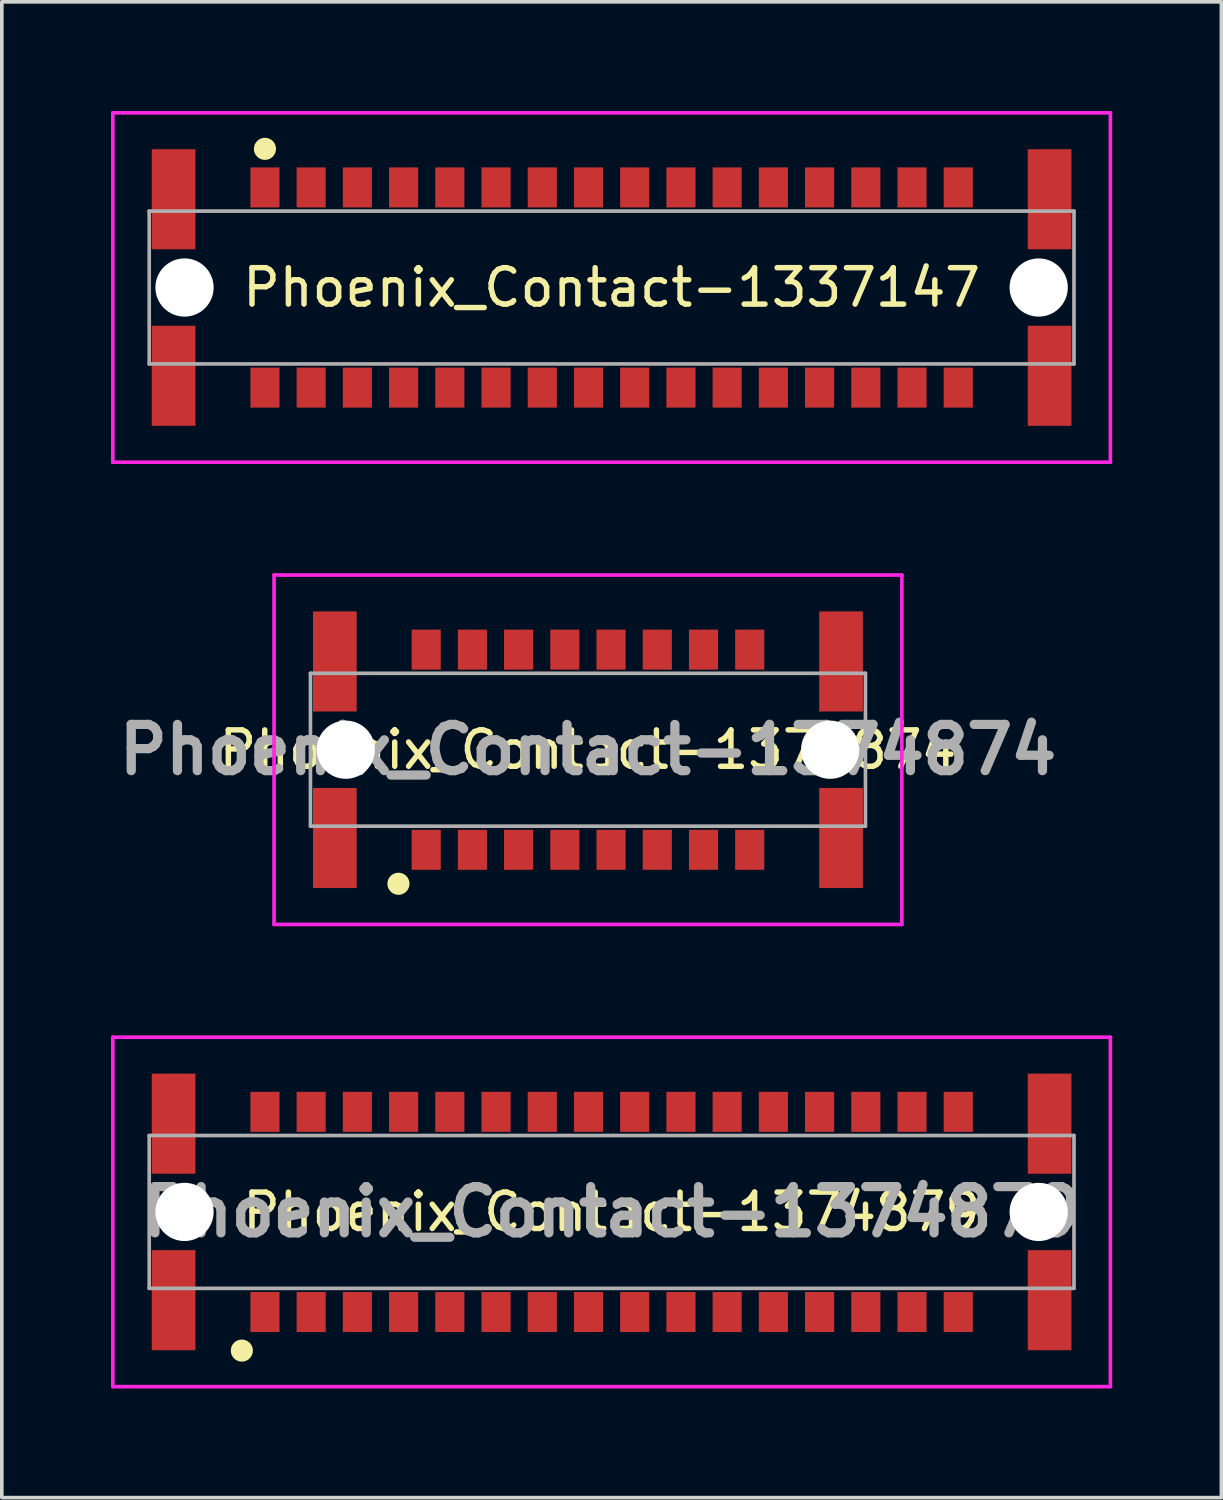
<source format=kicad_pcb>
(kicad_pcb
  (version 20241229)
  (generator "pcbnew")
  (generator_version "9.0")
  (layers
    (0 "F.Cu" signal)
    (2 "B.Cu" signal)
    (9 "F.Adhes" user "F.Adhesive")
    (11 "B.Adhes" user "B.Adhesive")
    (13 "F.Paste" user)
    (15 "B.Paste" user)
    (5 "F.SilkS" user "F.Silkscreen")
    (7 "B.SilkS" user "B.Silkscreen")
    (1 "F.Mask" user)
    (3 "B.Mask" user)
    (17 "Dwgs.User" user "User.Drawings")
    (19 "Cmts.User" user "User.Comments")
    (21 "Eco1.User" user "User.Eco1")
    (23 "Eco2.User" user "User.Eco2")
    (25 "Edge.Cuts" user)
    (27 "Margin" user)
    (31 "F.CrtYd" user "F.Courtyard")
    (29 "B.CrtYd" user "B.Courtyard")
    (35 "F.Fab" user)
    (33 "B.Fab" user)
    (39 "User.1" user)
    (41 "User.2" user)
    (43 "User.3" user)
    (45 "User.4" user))
  (footprint "Phoenix_Contact-1374879"
    (layer "F.Cu")
    (at 13.755 30.25)
    (property "Reference" "Phoenix_Contact-1374879" (at 0 0 0) (layer "F.SilkS") (effects (font (size 1 1) (thickness 0.15))))
    (attr smd)
    (fp_circle (center -10.16 3.81) (end -9.906 3.81) (stroke (width 0.1) (type solid)) (fill yes) (layer "F.SilkS"))
    (fp_line (start -13.705 -4.8) (end 13.705 -4.8) (stroke (width 0.1) (type solid)) (layer "F.CrtYd"))
    (fp_line (start -13.705 4.8) (end -13.705 -4.8) (stroke (width 0.1) (type solid)) (layer "F.CrtYd"))
    (fp_line (start 13.705 -4.8) (end 13.705 4.8) (stroke (width 0.1) (type solid)) (layer "F.CrtYd"))
    (fp_line (start 13.705 4.8) (end -13.705 4.8) (stroke (width 0.1) (type solid)) (layer "F.CrtYd"))
    (fp_line (start -12.705 -2.1) (end -12.705 2.1) (stroke (width 0.1) (type solid)) (layer "F.Fab"))
    (fp_line (start -12.705 2.1) (end 12.705 2.1) (stroke (width 0.1) (type solid)) (layer "F.Fab"))
    (fp_line (start 12.705 -2.1) (end -12.705 -2.1) (stroke (width 0.1) (type solid)) (layer "F.Fab"))
    (fp_line (start 12.705 2.1) (end 12.705 -2.1) (stroke (width 0.1) (type solid)) (layer "F.Fab"))
    (fp_text user "${REFERENCE}" (at 0 0 0) (layer "F.Fab") (effects (font (size 1.27 1.27) (thickness 0.254))))
    (pad "" np_thru_hole circle (at -11.735 0) (size 1.6 1.6) (drill 1.6) (layers "*.Cu" "*.Mask"))
    (pad "" np_thru_hole circle (at 11.735 0) (size 1.6 1.6) (drill 1.6) (layers "*.Cu" "*.Mask"))
    (pad "MP" smd rect (at -12.035 -2.425) (size 1.2 2.75) (layers "F.Cu" "F.Mask" "F.Paste"))
    (pad "MP" smd rect (at -12.035 2.425) (size 1.2 2.75) (layers "F.Cu" "F.Mask" "F.Paste"))
    (pad "MP" smd rect (at 12.035 -2.425) (size 1.2 2.75) (layers "F.Cu" "F.Mask" "F.Paste"))
    (pad "MP" smd rect (at 12.035 2.425) (size 1.2 2.75) (layers "F.Cu" "F.Mask" "F.Paste"))
    (pad "a1" smd rect (at -9.525 2.75) (size 0.8 1.1) (layers "F.Cu" "F.Mask" "F.Paste"))
    (pad "a2" smd rect (at -8.255 2.75) (size 0.8 1.1) (layers "F.Cu" "F.Mask" "F.Paste"))
    (pad "a3" smd rect (at -6.985 2.75) (size 0.8 1.1) (layers "F.Cu" "F.Mask" "F.Paste"))
    (pad "a4" smd rect (at -5.715 2.75) (size 0.8 1.1) (layers "F.Cu" "F.Mask" "F.Paste"))
    (pad "a5" smd rect (at -4.445 2.75) (size 0.8 1.1) (layers "F.Cu" "F.Mask" "F.Paste"))
    (pad "a6" smd rect (at -3.175 2.75) (size 0.8 1.1) (layers "F.Cu" "F.Mask" "F.Paste"))
    (pad "a7" smd rect (at -1.905 2.75) (size 0.8 1.1) (layers "F.Cu" "F.Mask" "F.Paste"))
    (pad "a8" smd rect (at -0.635 2.75) (size 0.8 1.1) (layers "F.Cu" "F.Mask" "F.Paste"))
    (pad "a9" smd rect (at 0.635 2.75) (size 0.8 1.1) (layers "F.Cu" "F.Mask" "F.Paste"))
    (pad "a10" smd rect (at 1.905 2.75) (size 0.8 1.1) (layers "F.Cu" "F.Mask" "F.Paste"))
    (pad "a11" smd rect (at 3.175 2.75) (size 0.8 1.1) (layers "F.Cu" "F.Mask" "F.Paste"))
    (pad "a12" smd rect (at 4.445 2.75) (size 0.8 1.1) (layers "F.Cu" "F.Mask" "F.Paste"))
    (pad "a13" smd rect (at 5.715 2.75) (size 0.8 1.1) (layers "F.Cu" "F.Mask" "F.Paste"))
    (pad "a14" smd rect (at 6.985 2.75) (size 0.8 1.1) (layers "F.Cu" "F.Mask" "F.Paste"))
    (pad "a15" smd rect (at 8.255 2.75) (size 0.8 1.1) (layers "F.Cu" "F.Mask" "F.Paste"))
    (pad "a16" smd rect (at 9.525 2.75) (size 0.8 1.1) (layers "F.Cu" "F.Mask" "F.Paste"))
    (pad "b1" smd rect (at -9.525 -2.75) (size 0.8 1.1) (layers "F.Cu" "F.Mask" "F.Paste"))
    (pad "b2" smd rect (at -8.255 -2.75) (size 0.8 1.1) (layers "F.Cu" "F.Mask" "F.Paste"))
    (pad "b3" smd rect (at -6.985 -2.75) (size 0.8 1.1) (layers "F.Cu" "F.Mask" "F.Paste"))
    (pad "b4" smd rect (at -5.715 -2.75) (size 0.8 1.1) (layers "F.Cu" "F.Mask" "F.Paste"))
    (pad "b5" smd rect (at -4.445 -2.75) (size 0.8 1.1) (layers "F.Cu" "F.Mask" "F.Paste"))
    (pad "b6" smd rect (at -3.175 -2.75) (size 0.8 1.1) (layers "F.Cu" "F.Mask" "F.Paste"))
    (pad "b7" smd rect (at -1.905 -2.75) (size 0.8 1.1) (layers "F.Cu" "F.Mask" "F.Paste"))
    (pad "b8" smd rect (at -0.635 -2.75) (size 0.8 1.1) (layers "F.Cu" "F.Mask" "F.Paste"))
    (pad "b9" smd rect (at 0.635 -2.75) (size 0.8 1.1) (layers "F.Cu" "F.Mask" "F.Paste"))
    (pad "b10" smd rect (at 1.905 -2.75) (size 0.8 1.1) (layers "F.Cu" "F.Mask" "F.Paste"))
    (pad "b11" smd rect (at 3.175 -2.75) (size 0.8 1.1) (layers "F.Cu" "F.Mask" "F.Paste"))
    (pad "b12" smd rect (at 4.445 -2.75) (size 0.8 1.1) (layers "F.Cu" "F.Mask" "F.Paste"))
    (pad "b13" smd rect (at 5.715 -2.75) (size 0.8 1.1) (layers "F.Cu" "F.Mask" "F.Paste"))
    (pad "b14" smd rect (at 6.985 -2.75) (size 0.8 1.1) (layers "F.Cu" "F.Mask" "F.Paste"))
    (pad "b15" smd rect (at 8.255 -2.75) (size 0.8 1.1) (layers "F.Cu" "F.Mask" "F.Paste"))
    (pad "b16" smd rect (at 9.525 -2.75) (size 0.8 1.1) (layers "F.Cu" "F.Mask" "F.Paste")))
  (footprint "Phoenix_Contact-1374874"
    (layer "F.Cu")
    (at 13.105 17.55)
    (property "Reference" "Phoenix_Contact-1374874" (at 0 0 0) (layer "F.SilkS") (effects (font (size 1 1) (thickness 0.15))))
    (attr smd)
    (fp_circle (center -5.207 3.683) (end -4.953 3.683) (stroke (width 0.1) (type solid)) (fill yes) (layer "F.SilkS"))
    (fp_line (start -8.625 -4.8) (end 8.625 -4.8) (stroke (width 0.1) (type solid)) (layer "F.CrtYd"))
    (fp_line (start -8.625 4.8) (end -8.625 -4.8) (stroke (width 0.1) (type solid)) (layer "F.CrtYd"))
    (fp_line (start 8.625 -4.8) (end 8.625 4.8) (stroke (width 0.1) (type solid)) (layer "F.CrtYd"))
    (fp_line (start 8.625 4.8) (end -8.625 4.8) (stroke (width 0.1) (type solid)) (layer "F.CrtYd"))
    (fp_line (start -7.625 -2.1) (end -7.625 2.1) (stroke (width 0.1) (type solid)) (layer "F.Fab"))
    (fp_line (start -7.625 2.1) (end 7.625 2.1) (stroke (width 0.1) (type solid)) (layer "F.Fab"))
    (fp_line (start 7.625 -2.1) (end -7.625 -2.1) (stroke (width 0.1) (type solid)) (layer "F.Fab"))
    (fp_line (start 7.625 2.1) (end 7.625 -2.1) (stroke (width 0.1) (type solid)) (layer "F.Fab"))
    (fp_text user "${REFERENCE}" (at 0 0 0) (layer "F.Fab") (effects (font (size 1.27 1.27) (thickness 0.254))))
    (pad "" np_thru_hole circle (at -6.655 0) (size 1.6 1.6) (drill 1.6) (layers "*.Cu" "*.Mask"))
    (pad "" np_thru_hole circle (at 6.655 0) (size 1.6 1.6) (drill 1.6) (layers "*.Cu" "*.Mask"))
    (pad "MP" smd rect (at -6.955 -2.425) (size 1.2 2.75) (layers "F.Cu" "F.Mask" "F.Paste"))
    (pad "MP" smd rect (at -6.955 2.425) (size 1.2 2.75) (layers "F.Cu" "F.Mask" "F.Paste"))
    (pad "MP" smd rect (at 6.955 -2.425) (size 1.2 2.75) (layers "F.Cu" "F.Mask" "F.Paste"))
    (pad "MP" smd rect (at 6.955 2.425) (size 1.2 2.75) (layers "F.Cu" "F.Mask" "F.Paste"))
    (pad "a1" smd rect (at -4.445 2.75) (size 0.8 1.1) (layers "F.Cu" "F.Mask" "F.Paste"))
    (pad "a2" smd rect (at -3.175 2.75) (size 0.8 1.1) (layers "F.Cu" "F.Mask" "F.Paste"))
    (pad "a3" smd rect (at -1.905 2.75) (size 0.8 1.1) (layers "F.Cu" "F.Mask" "F.Paste"))
    (pad "a4" smd rect (at -0.635 2.75) (size 0.8 1.1) (layers "F.Cu" "F.Mask" "F.Paste"))
    (pad "a5" smd rect (at 0.635 2.75) (size 0.8 1.1) (layers "F.Cu" "F.Mask" "F.Paste"))
    (pad "a6" smd rect (at 1.905 2.75) (size 0.8 1.1) (layers "F.Cu" "F.Mask" "F.Paste"))
    (pad "a7" smd rect (at 3.175 2.75) (size 0.8 1.1) (layers "F.Cu" "F.Mask" "F.Paste"))
    (pad "a8" smd rect (at 4.445 2.75) (size 0.8 1.1) (layers "F.Cu" "F.Mask" "F.Paste"))
    (pad "b1" smd rect (at -4.445 -2.75) (size 0.8 1.1) (layers "F.Cu" "F.Mask" "F.Paste"))
    (pad "b2" smd rect (at -3.175 -2.75) (size 0.8 1.1) (layers "F.Cu" "F.Mask" "F.Paste"))
    (pad "b3" smd rect (at -1.905 -2.75) (size 0.8 1.1) (layers "F.Cu" "F.Mask" "F.Paste"))
    (pad "b4" smd rect (at -0.635 -2.75) (size 0.8 1.1) (layers "F.Cu" "F.Mask" "F.Paste"))
    (pad "b5" smd rect (at 0.635 -2.75) (size 0.8 1.1) (layers "F.Cu" "F.Mask" "F.Paste"))
    (pad "b6" smd rect (at 1.905 -2.75) (size 0.8 1.1) (layers "F.Cu" "F.Mask" "F.Paste"))
    (pad "b7" smd rect (at 3.175 -2.75) (size 0.8 1.1) (layers "F.Cu" "F.Mask" "F.Paste"))
    (pad "b8" smd rect (at 4.445 -2.75) (size 0.8 1.1) (layers "F.Cu" "F.Mask" "F.Paste")))
  (footprint "Phoenix_Contact-1337147"
    (layer "F.Cu")
    (at 13.755 4.85)
    (property "Reference" "Phoenix_Contact-1337147" (at 0 0 0) (layer "F.SilkS") (effects (font (size 1 1) (thickness 0.15))))
    (attr smd)
    (fp_circle (center -9.525 -3.81) (end -9.271 -3.81) (stroke (width 0.1) (type solid)) (fill yes) (layer "F.SilkS"))
    (fp_line (start -13.705 -4.8) (end -13.705 4.8) (stroke (width 0.1) (type solid)) (layer "F.CrtYd"))
    (fp_line (start -13.705 4.8) (end 13.705 4.8) (stroke (width 0.1) (type solid)) (layer "F.CrtYd"))
    (fp_line (start 13.705 -4.8) (end -13.705 -4.8) (stroke (width 0.1) (type solid)) (layer "F.CrtYd"))
    (fp_line (start 13.705 4.8) (end 13.705 -4.8) (stroke (width 0.1) (type solid)) (layer "F.CrtYd"))
    (fp_line (start -12.705 -2.1) (end 12.705 -2.1) (stroke (width 0.1) (type solid)) (layer "F.Fab"))
    (fp_line (start -12.705 2.1) (end -12.705 -2.1) (stroke (width 0.1) (type solid)) (layer "F.Fab"))
    (fp_line (start 12.705 -2.1) (end 12.705 2.1) (stroke (width 0.1) (type solid)) (layer "F.Fab"))
    (fp_line (start 12.705 2.1) (end -12.705 2.1) (stroke (width 0.1) (type solid)) (layer "F.Fab"))
    (pad "" np_thru_hole circle (at -11.735 0) (size 1.6 1.6) (drill 1.6) (layers "*.Cu" "*.Mask"))
    (pad "" np_thru_hole circle (at 11.735 0) (size 1.6 1.6) (drill 1.6) (layers "*.Cu" "*.Mask"))
    (pad "MP" smd rect (at -12.035 -2.425) (size 1.2 2.75) (layers "F.Cu" "F.Mask" "F.Paste"))
    (pad "MP" smd rect (at -12.035 2.425) (size 1.2 2.75) (layers "F.Cu" "F.Mask" "F.Paste"))
    (pad "MP" smd rect (at 12.035 -2.425) (size 1.2 2.75) (layers "F.Cu" "F.Mask" "F.Paste"))
    (pad "MP" smd rect (at 12.035 2.425) (size 1.2 2.75) (layers "F.Cu" "F.Mask" "F.Paste"))
    (pad "a1" smd rect (at -9.525 -2.75) (size 0.8 1.1) (layers "F.Cu" "F.Mask" "F.Paste"))
    (pad "a2" smd rect (at -8.255 -2.75) (size 0.8 1.1) (layers "F.Cu" "F.Mask" "F.Paste"))
    (pad "a3" smd rect (at -6.985 -2.75) (size 0.8 1.1) (layers "F.Cu" "F.Mask" "F.Paste"))
    (pad "a4" smd rect (at -5.715 -2.75) (size 0.8 1.1) (layers "F.Cu" "F.Mask" "F.Paste"))
    (pad "a5" smd rect (at -4.445 -2.75) (size 0.8 1.1) (layers "F.Cu" "F.Mask" "F.Paste"))
    (pad "a6" smd rect (at -3.175 -2.75) (size 0.8 1.1) (layers "F.Cu" "F.Mask" "F.Paste"))
    (pad "a7" smd rect (at -1.905 -2.75) (size 0.8 1.1) (layers "F.Cu" "F.Mask" "F.Paste"))
    (pad "a8" smd rect (at -0.635 -2.75) (size 0.8 1.1) (layers "F.Cu" "F.Mask" "F.Paste"))
    (pad "a9" smd rect (at 0.635 -2.75) (size 0.8 1.1) (layers "F.Cu" "F.Mask" "F.Paste"))
    (pad "a10" smd rect (at 1.905 -2.75) (size 0.8 1.1) (layers "F.Cu" "F.Mask" "F.Paste"))
    (pad "a11" smd rect (at 3.175 -2.75) (size 0.8 1.1) (layers "F.Cu" "F.Mask" "F.Paste"))
    (pad "a12" smd rect (at 4.445 -2.75) (size 0.8 1.1) (layers "F.Cu" "F.Mask" "F.Paste"))
    (pad "a13" smd rect (at 5.715 -2.75) (size 0.8 1.1) (layers "F.Cu" "F.Mask" "F.Paste"))
    (pad "a14" smd rect (at 6.985 -2.75) (size 0.8 1.1) (layers "F.Cu" "F.Mask" "F.Paste"))
    (pad "a15" smd rect (at 8.255 -2.75) (size 0.8 1.1) (layers "F.Cu" "F.Mask" "F.Paste"))
    (pad "a16" smd rect (at 9.525 -2.75) (size 0.8 1.1) (layers "F.Cu" "F.Mask" "F.Paste"))
    (pad "b1" smd rect (at -9.525 2.75) (size 0.8 1.1) (layers "F.Cu" "F.Mask" "F.Paste"))
    (pad "b2" smd rect (at -8.255 2.75) (size 0.8 1.1) (layers "F.Cu" "F.Mask" "F.Paste"))
    (pad "b3" smd rect (at -6.985 2.75) (size 0.8 1.1) (layers "F.Cu" "F.Mask" "F.Paste"))
    (pad "b4" smd rect (at -5.715 2.75) (size 0.8 1.1) (layers "F.Cu" "F.Mask" "F.Paste"))
    (pad "b5" smd rect (at -4.445 2.75) (size 0.8 1.1) (layers "F.Cu" "F.Mask" "F.Paste"))
    (pad "b6" smd rect (at -3.175 2.75) (size 0.8 1.1) (layers "F.Cu" "F.Mask" "F.Paste"))
    (pad "b7" smd rect (at -1.905 2.75) (size 0.8 1.1) (layers "F.Cu" "F.Mask" "F.Paste"))
    (pad "b8" smd rect (at -0.635 2.75) (size 0.8 1.1) (layers "F.Cu" "F.Mask" "F.Paste"))
    (pad "b9" smd rect (at 0.635 2.75) (size 0.8 1.1) (layers "F.Cu" "F.Mask" "F.Paste"))
    (pad "b10" smd rect (at 1.905 2.75) (size 0.8 1.1) (layers "F.Cu" "F.Mask" "F.Paste"))
    (pad "b11" smd rect (at 3.175 2.75) (size 0.8 1.1) (layers "F.Cu" "F.Mask" "F.Paste"))
    (pad "b12" smd rect (at 4.445 2.75) (size 0.8 1.1) (layers "F.Cu" "F.Mask" "F.Paste"))
    (pad "b13" smd rect (at 5.715 2.75) (size 0.8 1.1) (layers "F.Cu" "F.Mask" "F.Paste"))
    (pad "b14" smd rect (at 6.985 2.75) (size 0.8 1.1) (layers "F.Cu" "F.Mask" "F.Paste"))
    (pad "b15" smd rect (at 8.255 2.75) (size 0.8 1.1) (layers "F.Cu" "F.Mask" "F.Paste"))
    (pad "b16" smd rect (at 9.525 2.75) (size 0.8 1.1) (layers "F.Cu" "F.Mask" "F.Paste")))
  (gr_rect
    (start -3 -3)
    (end 30.51 38.1)
    (stroke (width 0.1) (type default))
    (fill no)
    (layer "Edge.Cuts")))
</source>
